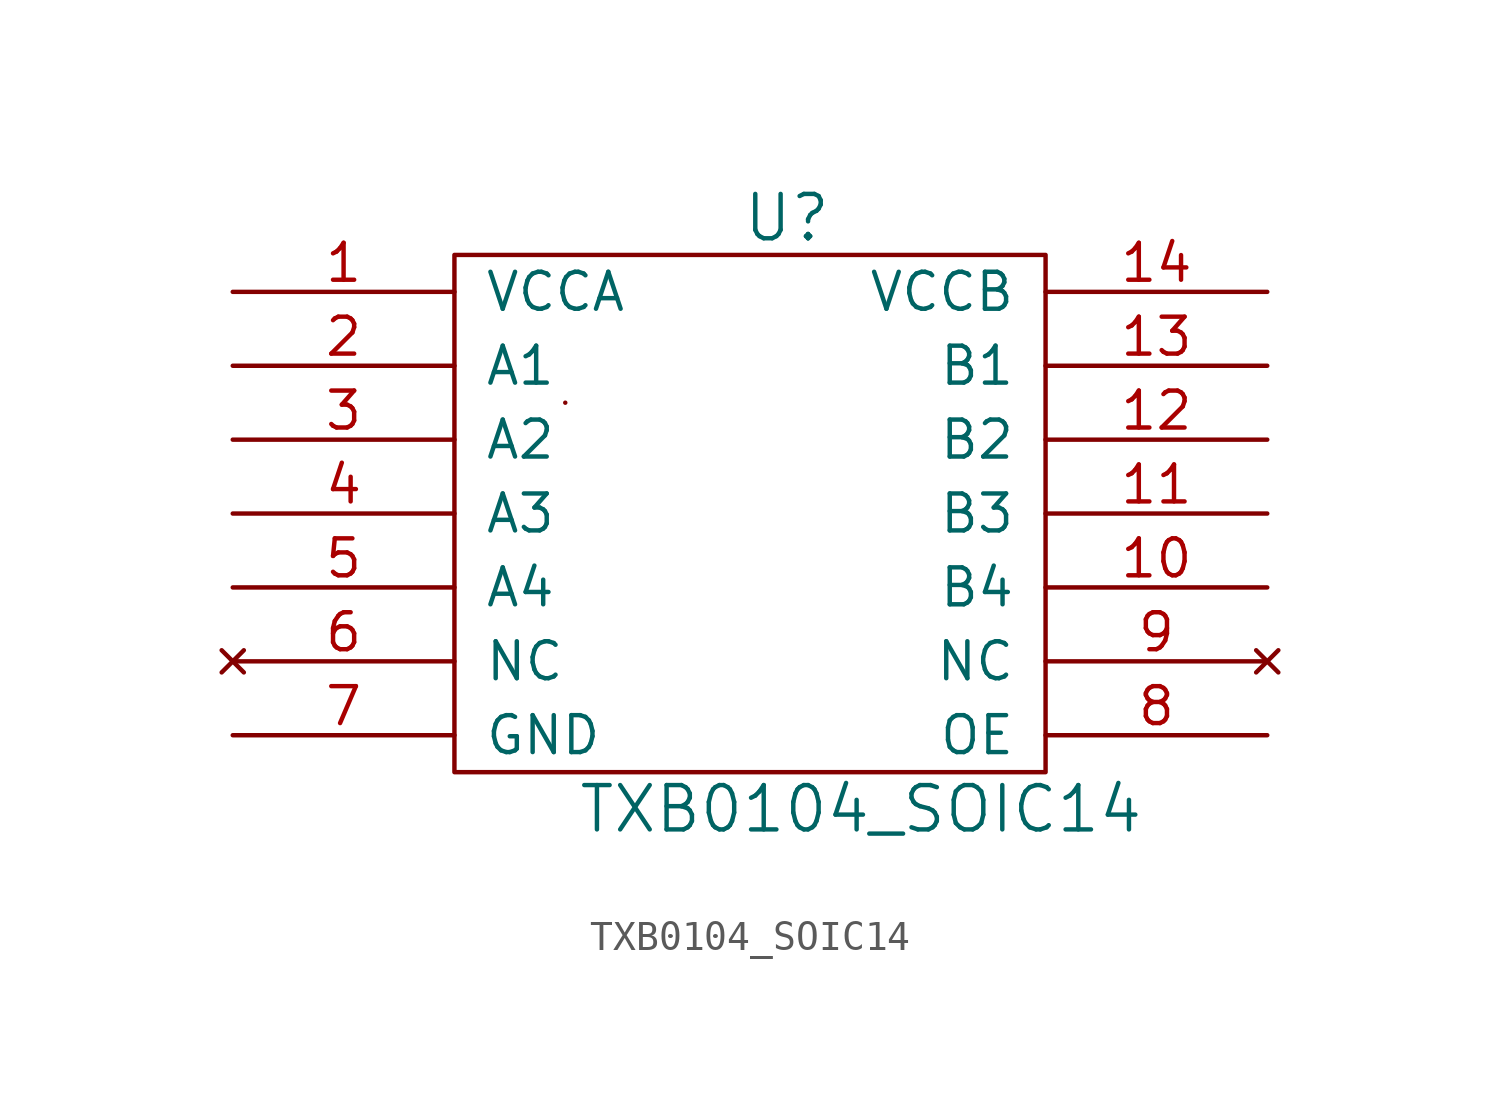
<source format=kicad_sym>
(kicad_symbol_lib
  (version 20220914)
  (generator kicad_symbol_editor)
  (symbol "TXB0104_SOIC14"
    (pin_names
      (offset 1.016))
    (property "Reference" "U"
      (at 1.27 10.16 0)
      (effects (font (size 1.524 1.524))))
    (property "Value" "TXB0104_SOIC14"
      (at 3.81 -10.16 0)
      (effects (font (size 1.524 1.524))))
    (property "Footprint" ""
      (at 0 0 0)
      (effects (font (size 1.524 1.524))))
    (property "Datasheet" ""
      (at 0 0 0)
      (effects (font (size 1.524 1.524))))
    (symbol "TXB0104_SOIC14_0_1"
      (rectangle (start -10.16 8.89) (end 10.16 -8.89) (stroke (width 0) (type solid)) (fill (type none)))
      (rectangle (start -6.35 3.81) (end -6.35 3.81) (stroke (width 0) (type solid)) (fill (type none))))
    (symbol "TXB0104_SOIC14_1_1"
      (pin power_in line (at -17.78 7.62 0) (length 7.62) (name "VCCA" (effects (font (size 1.27 1.27)))) (number "1" (effects (font (size 1.27 1.27)))))
      (pin bidirectional line (at 17.78 -2.54 180) (length 7.62) (name "B4" (effects (font (size 1.27 1.27)))) (number "10" (effects (font (size 1.27 1.27)))))
      (pin bidirectional line (at 17.78 0 180) (length 7.62) (name "B3" (effects (font (size 1.27 1.27)))) (number "11" (effects (font (size 1.27 1.27)))))
      (pin bidirectional line (at 17.78 2.54 180) (length 7.62) (name "B2" (effects (font (size 1.27 1.27)))) (number "12" (effects (font (size 1.27 1.27)))))
      (pin bidirectional line (at 17.78 5.08 180) (length 7.62) (name "B1" (effects (font (size 1.27 1.27)))) (number "13" (effects (font (size 1.27 1.27)))))
      (pin power_in line (at 17.78 7.62 180) (length 7.62) (name "VCCB" (effects (font (size 1.27 1.27)))) (number "14" (effects (font (size 1.27 1.27)))))
      (pin bidirectional line (at -17.78 5.08 0) (length 7.62) (name "A1" (effects (font (size 1.27 1.27)))) (number "2" (effects (font (size 1.27 1.27)))))
      (pin bidirectional line (at -17.78 2.54 0) (length 7.62) (name "A2" (effects (font (size 1.27 1.27)))) (number "3" (effects (font (size 1.27 1.27)))))
      (pin bidirectional line (at -17.78 0 0) (length 7.62) (name "A3" (effects (font (size 1.27 1.27)))) (number "4" (effects (font (size 1.27 1.27)))))
      (pin bidirectional line (at -17.78 -2.54 0) (length 7.62) (name "A4" (effects (font (size 1.27 1.27)))) (number "5" (effects (font (size 1.27 1.27)))))
      (pin no_connect line (at -17.78 -5.08 0) (length 7.62) (name "NC" (effects (font (size 1.27 1.27)))) (number "6" (effects (font (size 1.27 1.27)))))
      (pin power_in line (at -17.78 -7.62 0) (length 7.62) (name "GND" (effects (font (size 1.27 1.27)))) (number "7" (effects (font (size 1.27 1.27)))))
      (pin input line (at 17.78 -7.62 180) (length 7.62) (name "OE" (effects (font (size 1.27 1.27)))) (number "8" (effects (font (size 1.27 1.27)))))
      (pin no_connect line (at 17.78 -5.08 180) (length 7.62) (name "NC" (effects (font (size 1.27 1.27)))) (number "9" (effects (font (size 1.27 1.27))))))))
</source>
